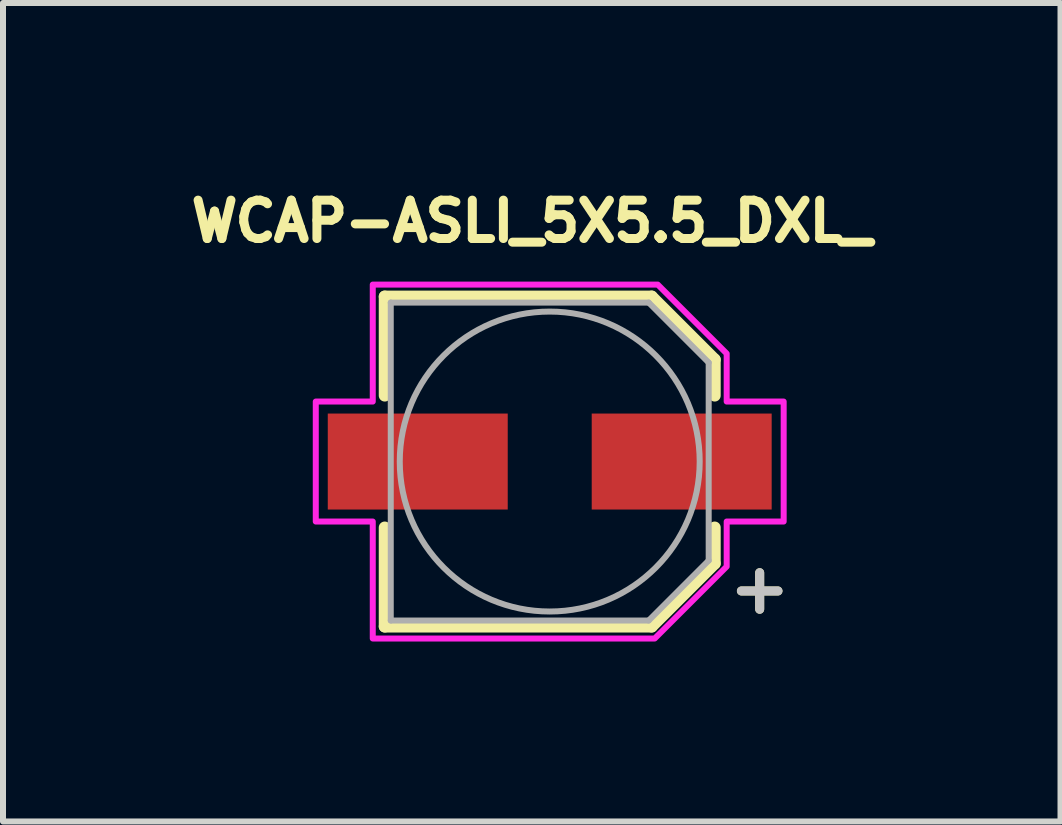
<source format=kicad_pcb>
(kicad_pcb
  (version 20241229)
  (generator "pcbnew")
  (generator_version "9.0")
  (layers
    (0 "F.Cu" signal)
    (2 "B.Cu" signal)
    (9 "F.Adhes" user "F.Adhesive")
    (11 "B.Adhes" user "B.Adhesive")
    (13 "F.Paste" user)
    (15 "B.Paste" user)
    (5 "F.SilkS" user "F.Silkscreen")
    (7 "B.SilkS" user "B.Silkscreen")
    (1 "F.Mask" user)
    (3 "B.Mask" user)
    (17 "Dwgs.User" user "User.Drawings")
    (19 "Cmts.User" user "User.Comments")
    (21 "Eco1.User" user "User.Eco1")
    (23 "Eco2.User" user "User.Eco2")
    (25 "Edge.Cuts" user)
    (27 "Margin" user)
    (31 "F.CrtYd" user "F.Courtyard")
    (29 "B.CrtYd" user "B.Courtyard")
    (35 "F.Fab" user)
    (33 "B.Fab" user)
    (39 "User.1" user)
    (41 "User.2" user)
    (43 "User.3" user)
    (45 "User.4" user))
  (footprint "WCAP-ASLI_5X5.5_DXL_"
    (layer "F.Cu")
    (at 6.114 4.644)
    (property "Reference" "WCAP-ASLI_5X5.5_DXL_" (at -0.3 -4.006 0) (layer "F.SilkS") (effects (font (size 0.64 0.64) (thickness 0.15))))
    (attr smd)
    (fp_line (start -2.75 -2.75) (end -2.75 -1.1) (stroke (width 0.2) (type solid)) (layer "F.SilkS"))
    (fp_line (start -2.75 -2.75) (end 1.7 -2.75) (stroke (width 0.2) (type solid)) (layer "F.SilkS"))
    (fp_line (start -2.75 2.75) (end -2.75 1.1) (stroke (width 0.2) (type solid)) (layer "F.SilkS"))
    (fp_line (start -2.75 2.75) (end 1.7 2.75) (stroke (width 0.2) (type solid)) (layer "F.SilkS"))
    (fp_line (start 1.7 -2.75) (end 2.75 -1.7) (stroke (width 0.2) (type solid)) (layer "F.SilkS"))
    (fp_line (start 1.7 2.75) (end 2.75 1.7) (stroke (width 0.2) (type solid)) (layer "F.SilkS"))
    (fp_line (start 2.75 -1.7) (end 2.75 -1.1) (stroke (width 0.2) (type solid)) (layer "F.SilkS"))
    (fp_line (start 2.75 1.7) (end 2.75 1.1) (stroke (width 0.2) (type solid)) (layer "F.SilkS"))
    (fp_poly (pts (xy -2.95 -2.95) (xy -2.95 -1) (xy -3.9 -1) (xy -3.9 1) (xy -2.95 1) (xy -2.95 2.95) (xy 1.75 2.95) (xy 2.95 1.75) (xy 2.95 1) (xy 3.9 1) (xy 3.9 -1) (xy 2.95 -1) (xy 2.95 -1.8) (xy 1.8 -2.95)) (stroke (width 0.1) (type solid)) (fill no) (layer "F.CrtYd"))
    (fp_line (start -2.65 -2.65) (end -2.65 2.65) (stroke (width 0.1) (type solid)) (layer "F.Fab"))
    (fp_line (start -2.65 2.65) (end 1.65 2.65) (stroke (width 0.1) (type solid)) (layer "F.Fab"))
    (fp_line (start 1.65 -2.65) (end -2.65 -2.65) (stroke (width 0.1) (type solid)) (layer "F.Fab"))
    (fp_line (start 1.65 2.65) (end 2.65 1.65) (stroke (width 0.1) (type solid)) (layer "F.Fab"))
    (fp_line (start 2.65 -1.65) (end 1.65 -2.65) (stroke (width 0.1) (type solid)) (layer "F.Fab"))
    (fp_line (start 2.65 1.65) (end 2.65 -1.65) (stroke (width 0.1) (type solid)) (layer "F.Fab"))
    (fp_circle (center 0 0) (end 2.5 0) (stroke (width 0.1) (type solid)) (fill no) (layer "F.Fab"))
    (fp_text user "+" (at 3.5 2.1 0) (layer "F.SilkS") (effects (font (size 0.8 0.8) (thickness 0.15))))
    (fp_text user "+" (at 3.5 2.1 0) (layer "Dwgs.User") (effects (font (size 0.8 0.8) (thickness 0.15))))
    (pad "1" smd rect (at 2.2 0) (size 3 1.6) (layers "F.Cu" "F.Mask" "F.Paste"))
    (pad "2" smd rect (at -2.2 0) (size 3 1.6) (layers "F.Cu" "F.Mask" "F.Paste")))
  (gr_rect
    (start -3 -3)
    (end 14.629 10.644)
    (stroke (width 0.1) (type default))
    (fill no)
    (layer "Edge.Cuts")))
</source>
